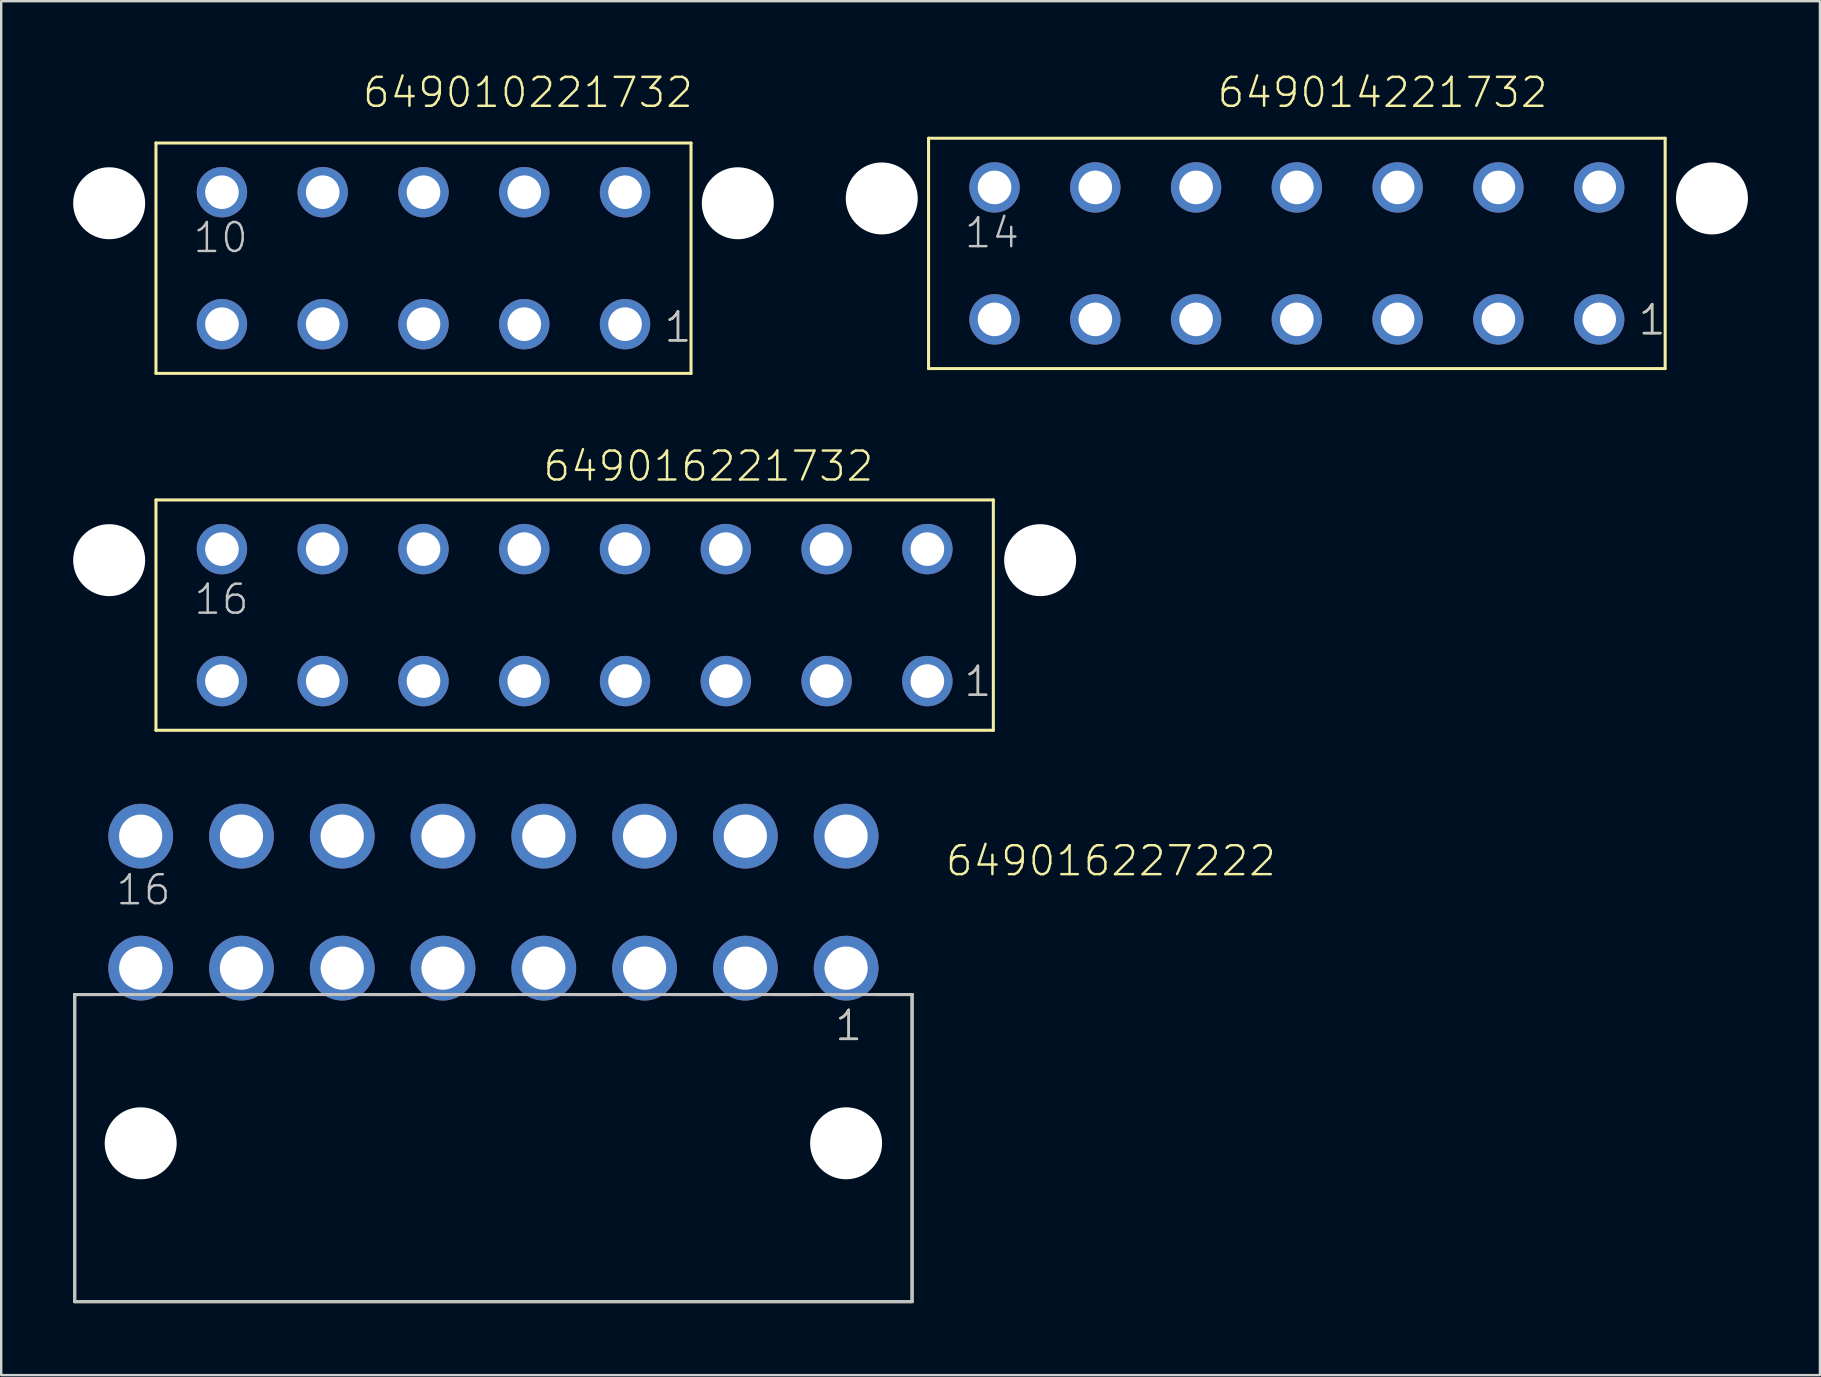
<source format=kicad_pcb>
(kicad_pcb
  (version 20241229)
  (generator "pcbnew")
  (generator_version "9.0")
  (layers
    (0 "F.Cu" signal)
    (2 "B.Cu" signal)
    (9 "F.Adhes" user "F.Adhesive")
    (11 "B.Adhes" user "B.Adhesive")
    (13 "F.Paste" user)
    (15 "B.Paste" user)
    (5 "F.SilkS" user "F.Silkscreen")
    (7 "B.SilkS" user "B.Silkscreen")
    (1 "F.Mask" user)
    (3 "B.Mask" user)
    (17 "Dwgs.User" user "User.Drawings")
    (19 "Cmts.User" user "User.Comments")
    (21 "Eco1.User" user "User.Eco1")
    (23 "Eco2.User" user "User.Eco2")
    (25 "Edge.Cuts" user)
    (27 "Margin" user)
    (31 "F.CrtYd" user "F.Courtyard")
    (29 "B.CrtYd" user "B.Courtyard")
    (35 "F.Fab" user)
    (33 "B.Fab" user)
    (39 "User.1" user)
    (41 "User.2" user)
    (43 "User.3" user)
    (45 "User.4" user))
  (footprint "649010221732"
    (layer "F.Cu")
    (at 14.6 7.711)
    (property "Reference" "649010221732" (at -2.605 -6.2 0) (layer "F.SilkS") (effects (font (size 1.206 1.206) (thickness 0.102)) (justify left bottom)))
    (attr through_hole)
    (fp_line (start -11.15 -4.8) (end 11.15 -4.8) (stroke (width 0.127) (type solid)) (layer "F.SilkS"))
    (fp_line (start -11.15 4.8) (end -11.15 -4.8) (stroke (width 0.127) (type solid)) (layer "F.SilkS"))
    (fp_line (start 11.15 -4.8) (end 11.15 4.8) (stroke (width 0.127) (type solid)) (layer "F.SilkS"))
    (fp_line (start 11.15 4.8) (end -11.15 4.8) (stroke (width 0.127) (type solid)) (layer "F.SilkS"))
    (fp_text user "1" (at 9.965 3.575 0) (layer "F.SilkS") (effects (font (size 1.206 1.206) (thickness 0.102)) (justify left bottom)))
    (fp_text user "10" (at -9.67 -0.15 0) (layer "Dwgs.User") (effects (font (size 1.206 1.206) (thickness 0.102)) (justify left bottom)))
    (fp_text user "1" (at 9.965 3.575 0) (layer "Dwgs.User") (effects (font (size 1.206 1.206) (thickness 0.102)) (justify left bottom)))
    (pad "" np_thru_hole circle (at -13.1 -2.29) (size 3 3) (drill 3) (layers "*.Cu"))
    (pad "" np_thru_hole circle (at 13.1 -2.29) (size 3 3) (drill 3) (layers "*.Cu"))
    (pad "1" thru_hole circle (at 8.4 2.75) (size 2.1 2.1) (drill 1.4) (layers "*.Cu" "*.Mask"))
    (pad "2" thru_hole circle (at 4.2 2.75) (size 2.1 2.1) (drill 1.4) (layers "*.Cu" "*.Mask"))
    (pad "3" thru_hole circle (at 0 2.75) (size 2.1 2.1) (drill 1.4) (layers "*.Cu" "*.Mask"))
    (pad "4" thru_hole circle (at -4.2 2.75) (size 2.1 2.1) (drill 1.4) (layers "*.Cu" "*.Mask"))
    (pad "5" thru_hole circle (at -8.4 2.75) (size 2.1 2.1) (drill 1.4) (layers "*.Cu" "*.Mask"))
    (pad "6" thru_hole circle (at 8.4 -2.75) (size 2.1 2.1) (drill 1.4) (layers "*.Cu" "*.Mask"))
    (pad "7" thru_hole circle (at 4.2 -2.75) (size 2.1 2.1) (drill 1.4) (layers "*.Cu" "*.Mask"))
    (pad "8" thru_hole circle (at 0 -2.75) (size 2.1 2.1) (drill 1.4) (layers "*.Cu" "*.Mask"))
    (pad "9" thru_hole circle (at -4.2 -2.75) (size 2.1 2.1) (drill 1.4) (layers "*.Cu" "*.Mask"))
    (pad "10" thru_hole circle (at -8.4 -2.75) (size 2.1 2.1) (drill 1.4) (layers "*.Cu" "*.Mask")))
  (footprint "649016227222"
    (layer "F.Cu")
    (at 17.514 44.6)
    (property "Reference" "649016227222" (at 18.777 -11.065 0) (layer "F.SilkS") (effects (font (size 1.206 1.206) (thickness 0.102)) (justify left bottom)))
    (attr through_hole)
    (fp_line (start -17.45 -6.2) (end -15.8 -6.2) (stroke (width 0.127) (type solid)) (layer "F.SilkS"))
    (fp_line (start -17.45 6.6) (end -17.45 -6.2) (stroke (width 0.127) (type solid)) (layer "F.SilkS"))
    (fp_line (start -13.65 -6.2) (end -11.6 -6.2) (stroke (width 0.127) (type solid)) (layer "F.SilkS"))
    (fp_line (start -9.4 -6.2) (end -7.45 -6.2) (stroke (width 0.127) (type solid)) (layer "F.SilkS"))
    (fp_line (start -5.2 -6.2) (end -3.3 -6.2) (stroke (width 0.127) (type solid)) (layer "F.SilkS"))
    (fp_line (start -0.95 -6.2) (end 0.95 -6.2) (stroke (width 0.127) (type solid)) (layer "F.SilkS"))
    (fp_line (start 3.2 -6.2) (end 5.1 -6.2) (stroke (width 0.127) (type solid)) (layer "F.SilkS"))
    (fp_line (start 7.5 -6.2) (end 9.35 -6.2) (stroke (width 0.127) (type solid)) (layer "F.SilkS"))
    (fp_line (start 11.6 -6.2) (end 13.2 -6.2) (stroke (width 0.127) (type solid)) (layer "F.SilkS"))
    (fp_line (start 15.9 -6.2) (end 17.45 -6.2) (stroke (width 0.127) (type solid)) (layer "F.SilkS"))
    (fp_line (start 17.45 -6.2) (end 17.45 6.6) (stroke (width 0.127) (type solid)) (layer "F.SilkS"))
    (fp_line (start 17.45 6.6) (end -17.45 6.6) (stroke (width 0.127) (type solid)) (layer "F.SilkS"))
    (fp_line (start -17.45 -6.2) (end 17.45 -6.2) (stroke (width 0.127) (type solid)) (layer "Dwgs.User"))
    (fp_line (start -17.45 6.6) (end -17.45 -6.2) (stroke (width 0.127) (type solid)) (layer "Dwgs.User"))
    (fp_line (start 17.45 -6.2) (end 17.45 6.6) (stroke (width 0.127) (type solid)) (layer "Dwgs.User"))
    (fp_line (start 17.45 6.6) (end -17.45 6.6) (stroke (width 0.127) (type solid)) (layer "Dwgs.User"))
    (fp_text user "1" (at 14.165 -4.2 0) (layer "F.SilkS") (effects (font (size 1.206 1.206) (thickness 0.102)) (justify left bottom)))
    (fp_text user "1" (at 14.165 -4.2 0) (layer "Dwgs.User") (effects (font (size 1.206 1.206) (thickness 0.102)) (justify left bottom)))
    (fp_text user "16" (at -15.8 -9.855 0) (layer "Dwgs.User") (effects (font (size 1.206 1.206) (thickness 0.102)) (justify left bottom)))
    (pad "" np_thru_hole circle (at -14.7 0) (size 3 3) (drill 3) (layers "*.Cu"))
    (pad "" np_thru_hole circle (at 14.7 0) (size 3 3) (drill 3) (layers "*.Cu"))
    (pad "1" thru_hole circle (at 14.7 -7.3) (size 2.7 2.7) (drill 1.8) (layers "*.Cu" "*.Mask"))
    (pad "2" thru_hole circle (at 10.5 -7.3) (size 2.7 2.7) (drill 1.8) (layers "*.Cu" "*.Mask"))
    (pad "3" thru_hole circle (at 6.3 -7.3) (size 2.7 2.7) (drill 1.8) (layers "*.Cu" "*.Mask"))
    (pad "4" thru_hole circle (at 2.1 -7.3) (size 2.7 2.7) (drill 1.8) (layers "*.Cu" "*.Mask"))
    (pad "5" thru_hole circle (at -2.1 -7.3) (size 2.7 2.7) (drill 1.8) (layers "*.Cu" "*.Mask"))
    (pad "6" thru_hole circle (at -6.3 -7.3) (size 2.7 2.7) (drill 1.8) (layers "*.Cu" "*.Mask"))
    (pad "7" thru_hole circle (at -10.5 -7.3) (size 2.7 2.7) (drill 1.8) (layers "*.Cu" "*.Mask"))
    (pad "8" thru_hole circle (at -14.7 -7.3) (size 2.7 2.7) (drill 1.8) (layers "*.Cu" "*.Mask"))
    (pad "9" thru_hole circle (at 14.7 -12.8) (size 2.7 2.7) (drill 1.8) (layers "*.Cu" "*.Mask"))
    (pad "10" thru_hole circle (at 10.5 -12.8) (size 2.7 2.7) (drill 1.8) (layers "*.Cu" "*.Mask"))
    (pad "11" thru_hole circle (at 6.3 -12.8) (size 2.7 2.7) (drill 1.8) (layers "*.Cu" "*.Mask"))
    (pad "12" thru_hole circle (at 2.1 -12.8) (size 2.7 2.7) (drill 1.8) (layers "*.Cu" "*.Mask"))
    (pad "13" thru_hole circle (at -2.1 -12.8) (size 2.7 2.7) (drill 1.8) (layers "*.Cu" "*.Mask"))
    (pad "14" thru_hole circle (at -6.3 -12.8) (size 2.7 2.7) (drill 1.8) (layers "*.Cu" "*.Mask"))
    (pad "15" thru_hole circle (at -10.5 -12.8) (size 2.7 2.7) (drill 1.8) (layers "*.Cu" "*.Mask"))
    (pad "16" thru_hole circle (at -14.7 -12.8) (size 2.7 2.7) (drill 1.8) (layers "*.Cu" "*.Mask")))
  (footprint "649016221732"
    (layer "F.Cu")
    (at 20.9 22.586)
    (property "Reference" "649016221732" (at -1.385 -5.5 0) (layer "F.SilkS") (effects (font (size 1.206 1.206) (thickness 0.102)) (justify left bottom)))
    (attr through_hole)
    (fp_line (start -17.45 -4.8) (end 17.45 -4.8) (stroke (width 0.127) (type solid)) (layer "F.SilkS"))
    (fp_line (start -17.45 4.8) (end -17.45 -4.8) (stroke (width 0.127) (type solid)) (layer "F.SilkS"))
    (fp_line (start 17.45 -4.8) (end 17.45 4.8) (stroke (width 0.127) (type solid)) (layer "F.SilkS"))
    (fp_line (start 17.45 4.8) (end -17.45 4.8) (stroke (width 0.127) (type solid)) (layer "F.SilkS"))
    (fp_text user "1" (at 16.165 3.475 0) (layer "F.SilkS") (effects (font (size 1.206 1.206) (thickness 0.102)) (justify left bottom)))
    (fp_text user "16" (at -15.935 0.05 0) (layer "Dwgs.User") (effects (font (size 1.206 1.206) (thickness 0.102)) (justify left bottom)))
    (fp_text user "1" (at 16.165 3.475 0) (layer "Dwgs.User") (effects (font (size 1.206 1.206) (thickness 0.102)) (justify left bottom)))
    (pad "" np_thru_hole circle (at -19.4 -2.29) (size 3 3) (drill 3) (layers "*.Cu"))
    (pad "" np_thru_hole circle (at 19.4 -2.29) (size 3 3) (drill 3) (layers "*.Cu"))
    (pad "1" thru_hole circle (at 14.7 2.75) (size 2.1 2.1) (drill 1.4) (layers "*.Cu" "*.Mask"))
    (pad "2" thru_hole circle (at 10.5 2.75) (size 2.1 2.1) (drill 1.4) (layers "*.Cu" "*.Mask"))
    (pad "3" thru_hole circle (at 6.3 2.75) (size 2.1 2.1) (drill 1.4) (layers "*.Cu" "*.Mask"))
    (pad "4" thru_hole circle (at 2.1 2.75) (size 2.1 2.1) (drill 1.4) (layers "*.Cu" "*.Mask"))
    (pad "5" thru_hole circle (at -2.1 2.75) (size 2.1 2.1) (drill 1.4) (layers "*.Cu" "*.Mask"))
    (pad "6" thru_hole circle (at -6.3 2.75) (size 2.1 2.1) (drill 1.4) (layers "*.Cu" "*.Mask"))
    (pad "7" thru_hole circle (at -10.5 2.75) (size 2.1 2.1) (drill 1.4) (layers "*.Cu" "*.Mask"))
    (pad "8" thru_hole circle (at -14.7 2.75) (size 2.1 2.1) (drill 1.4) (layers "*.Cu" "*.Mask"))
    (pad "9" thru_hole circle (at 14.7 -2.75) (size 2.1 2.1) (drill 1.4) (layers "*.Cu" "*.Mask"))
    (pad "10" thru_hole circle (at 10.5 -2.75) (size 2.1 2.1) (drill 1.4) (layers "*.Cu" "*.Mask"))
    (pad "11" thru_hole circle (at 6.3 -2.75) (size 2.1 2.1) (drill 1.4) (layers "*.Cu" "*.Mask"))
    (pad "12" thru_hole circle (at 2.1 -2.75) (size 2.1 2.1) (drill 1.4) (layers "*.Cu" "*.Mask"))
    (pad "13" thru_hole circle (at -2.1 -2.75) (size 2.1 2.1) (drill 1.4) (layers "*.Cu" "*.Mask"))
    (pad "14" thru_hole circle (at -6.3 -2.75) (size 2.1 2.1) (drill 1.4) (layers "*.Cu" "*.Mask"))
    (pad "15" thru_hole circle (at -10.5 -2.75) (size 2.1 2.1) (drill 1.4) (layers "*.Cu" "*.Mask"))
    (pad "16" thru_hole circle (at -14.7 -2.75) (size 2.1 2.1) (drill 1.4) (layers "*.Cu" "*.Mask")))
  (footprint "649014221732"
    (layer "F.Cu")
    (at 51 7.511)
    (property "Reference" "649014221732" (at -3.385 -6 0) (layer "F.SilkS") (effects (font (size 1.206 1.206) (thickness 0.102)) (justify left bottom)))
    (attr through_hole)
    (fp_line (start -15.35 -4.8) (end 15.35 -4.8) (stroke (width 0.127) (type solid)) (layer "F.SilkS"))
    (fp_line (start -15.35 4.8) (end -15.35 -4.8) (stroke (width 0.127) (type solid)) (layer "F.SilkS"))
    (fp_line (start 15.35 -4.8) (end 15.35 4.8) (stroke (width 0.127) (type solid)) (layer "F.SilkS"))
    (fp_line (start 15.35 4.8) (end -15.35 4.8) (stroke (width 0.127) (type solid)) (layer "F.SilkS"))
    (fp_text user "1" (at 14.165 3.475 0) (layer "F.SilkS") (effects (font (size 1.206 1.206) (thickness 0.102)) (justify left bottom)))
    (fp_text user "1" (at 14.165 3.475 0) (layer "Dwgs.User") (effects (font (size 1.206 1.206) (thickness 0.102)) (justify left bottom)))
    (fp_text user "14" (at -13.925 -0.15 0) (layer "Dwgs.User") (effects (font (size 1.206 1.206) (thickness 0.102)) (justify left bottom)))
    (pad "" np_thru_hole circle (at -17.3 -2.29) (size 3 3) (drill 3) (layers "*.Cu"))
    (pad "" np_thru_hole circle (at 17.3 -2.29) (size 3 3) (drill 3) (layers "*.Cu"))
    (pad "1" thru_hole circle (at 12.6 2.75) (size 2.1 2.1) (drill 1.4) (layers "*.Cu" "*.Mask"))
    (pad "2" thru_hole circle (at 8.4 2.75) (size 2.1 2.1) (drill 1.4) (layers "*.Cu" "*.Mask"))
    (pad "3" thru_hole circle (at 4.2 2.75) (size 2.1 2.1) (drill 1.4) (layers "*.Cu" "*.Mask"))
    (pad "4" thru_hole circle (at 0 2.75) (size 2.1 2.1) (drill 1.4) (layers "*.Cu" "*.Mask"))
    (pad "5" thru_hole circle (at -4.2 2.75) (size 2.1 2.1) (drill 1.4) (layers "*.Cu" "*.Mask"))
    (pad "6" thru_hole circle (at -8.4 2.75) (size 2.1 2.1) (drill 1.4) (layers "*.Cu" "*.Mask"))
    (pad "7" thru_hole circle (at -12.6 2.75) (size 2.1 2.1) (drill 1.4) (layers "*.Cu" "*.Mask"))
    (pad "8" thru_hole circle (at 12.6 -2.75) (size 2.1 2.1) (drill 1.4) (layers "*.Cu" "*.Mask"))
    (pad "9" thru_hole circle (at 8.4 -2.75) (size 2.1 2.1) (drill 1.4) (layers "*.Cu" "*.Mask"))
    (pad "10" thru_hole circle (at 4.2 -2.75) (size 2.1 2.1) (drill 1.4) (layers "*.Cu" "*.Mask"))
    (pad "11" thru_hole circle (at 0 -2.75) (size 2.1 2.1) (drill 1.4) (layers "*.Cu" "*.Mask"))
    (pad "12" thru_hole circle (at -4.2 -2.75) (size 2.1 2.1) (drill 1.4) (layers "*.Cu" "*.Mask"))
    (pad "13" thru_hole circle (at -8.4 -2.75) (size 2.1 2.1) (drill 1.4) (layers "*.Cu" "*.Mask"))
    (pad "14" thru_hole circle (at -12.6 -2.75) (size 2.1 2.1) (drill 1.4) (layers "*.Cu" "*.Mask")))
  (gr_rect
    (start -3 -3)
    (end 72.8 54.263)
    (stroke (width 0.1) (type default))
    (fill no)
    (layer "Edge.Cuts")))
</source>
